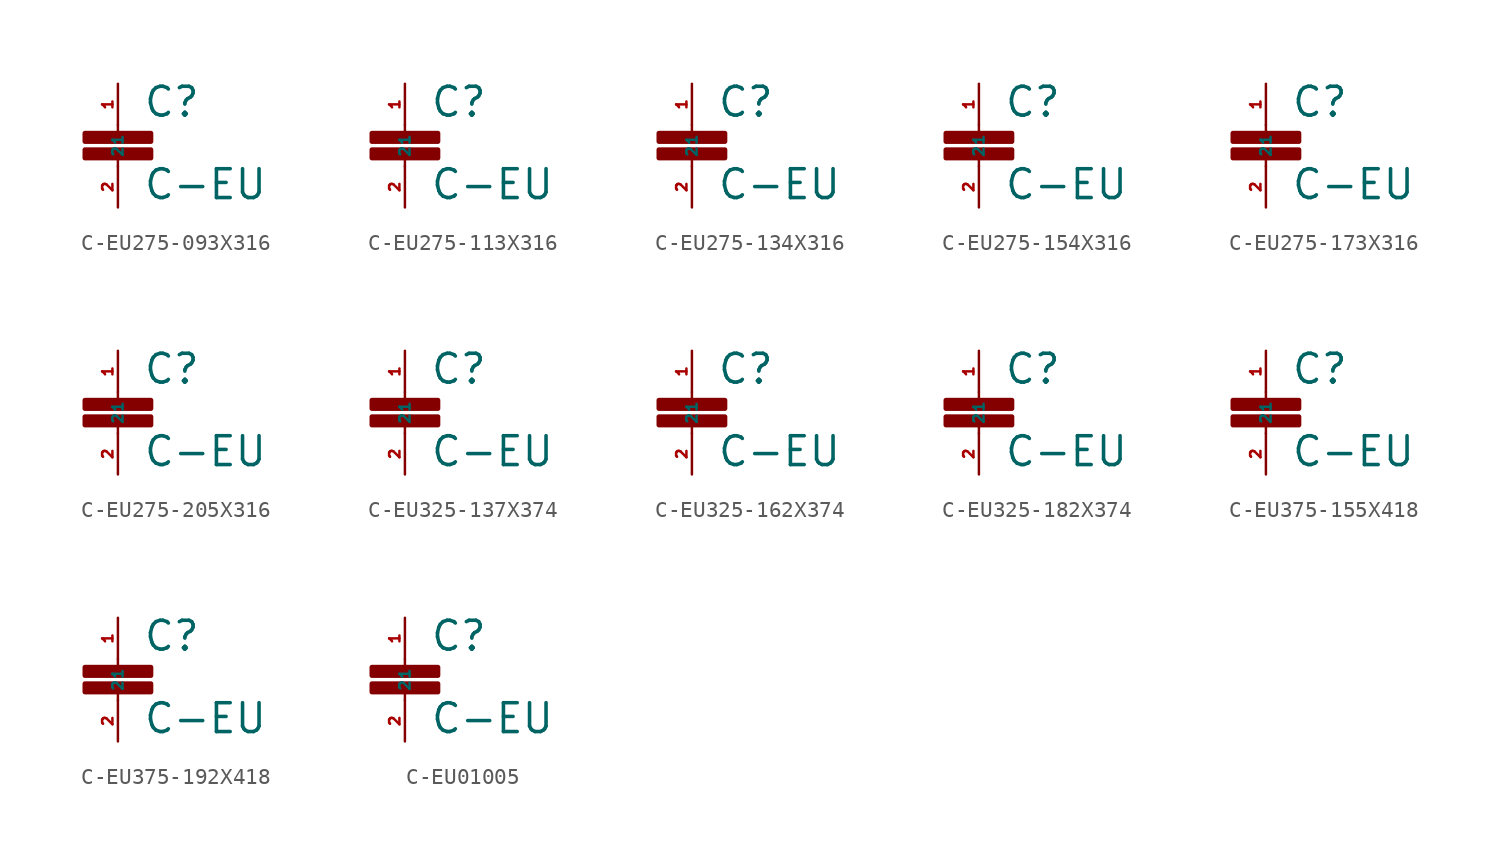
<source format=kicad_sym>
(kicad_symbol_lib
  (version 20220914)
  (generator Eagle2Kicad)
  (symbol "C-EU275-093X316"
    (property "Reference" "C"
      (at 1.524 0.381 0)
      (effects (font (size 1.778 1.778) (thickness 0.22)) (justify left bottom)))
    (property "Value" "C-EU"
      (at 1.524 -4.699 0)
      (effects (font (size 1.778 1.778) (thickness 0.22)) (justify left bottom)))
    (polyline
      (pts (xy 0 0) (xy 0 -0.508))
      (stroke (width 0.152) (type default))
      (fill (type none)))
    (polyline
      (pts (xy 0 -2.54) (xy 0 -2.032))
      (stroke (width 0.152) (type default))
      (fill (type none)))
    (rectangle
      (start -2.032 -2.032)
      (end 2.032 -1.524)
      (stroke (width 0.3) (type default))
      (fill (type outline)))
    (rectangle
      (start -2.032 -1.016)
      (end 2.032 -0.508)
      (stroke (width 0.3) (type default))
      (fill (type outline)))
    (pin passive line
      (at 0 2.54 270)
      (length 2.54)
      (name "1" (effects (font (size 0.635 0.635) (thickness 0.08)) (justify left bottom)))
      (number "1" (effects (font (size 0.635 0.635) (thickness 0.08)) (justify left bottom))))
    (pin passive line
      (at 0 -5.08 90)
      (length 2.54)
      (name "2" (effects (font (size 0.635 0.635) (thickness 0.08)) (justify left bottom)))
      (number "2" (effects (font (size 0.635 0.635) (thickness 0.08)) (justify left bottom)))))
  (symbol "C-EU275-113X316"
    (property "Reference" "C"
      (at 1.524 0.381 0)
      (effects (font (size 1.778 1.778) (thickness 0.22)) (justify left bottom)))
    (property "Value" "C-EU"
      (at 1.524 -4.699 0)
      (effects (font (size 1.778 1.778) (thickness 0.22)) (justify left bottom)))
    (polyline
      (pts (xy 0 0) (xy 0 -0.508))
      (stroke (width 0.152) (type default))
      (fill (type none)))
    (polyline
      (pts (xy 0 -2.54) (xy 0 -2.032))
      (stroke (width 0.152) (type default))
      (fill (type none)))
    (rectangle
      (start -2.032 -2.032)
      (end 2.032 -1.524)
      (stroke (width 0.3) (type default))
      (fill (type outline)))
    (rectangle
      (start -2.032 -1.016)
      (end 2.032 -0.508)
      (stroke (width 0.3) (type default))
      (fill (type outline)))
    (pin passive line
      (at 0 2.54 270)
      (length 2.54)
      (name "1" (effects (font (size 0.635 0.635) (thickness 0.08)) (justify left bottom)))
      (number "1" (effects (font (size 0.635 0.635) (thickness 0.08)) (justify left bottom))))
    (pin passive line
      (at 0 -5.08 90)
      (length 2.54)
      (name "2" (effects (font (size 0.635 0.635) (thickness 0.08)) (justify left bottom)))
      (number "2" (effects (font (size 0.635 0.635) (thickness 0.08)) (justify left bottom)))))
  (symbol "C-EU275-134X316"
    (property "Reference" "C"
      (at 1.524 0.381 0)
      (effects (font (size 1.778 1.778) (thickness 0.22)) (justify left bottom)))
    (property "Value" "C-EU"
      (at 1.524 -4.699 0)
      (effects (font (size 1.778 1.778) (thickness 0.22)) (justify left bottom)))
    (polyline
      (pts (xy 0 0) (xy 0 -0.508))
      (stroke (width 0.152) (type default))
      (fill (type none)))
    (polyline
      (pts (xy 0 -2.54) (xy 0 -2.032))
      (stroke (width 0.152) (type default))
      (fill (type none)))
    (rectangle
      (start -2.032 -2.032)
      (end 2.032 -1.524)
      (stroke (width 0.3) (type default))
      (fill (type outline)))
    (rectangle
      (start -2.032 -1.016)
      (end 2.032 -0.508)
      (stroke (width 0.3) (type default))
      (fill (type outline)))
    (pin passive line
      (at 0 2.54 270)
      (length 2.54)
      (name "1" (effects (font (size 0.635 0.635) (thickness 0.08)) (justify left bottom)))
      (number "1" (effects (font (size 0.635 0.635) (thickness 0.08)) (justify left bottom))))
    (pin passive line
      (at 0 -5.08 90)
      (length 2.54)
      (name "2" (effects (font (size 0.635 0.635) (thickness 0.08)) (justify left bottom)))
      (number "2" (effects (font (size 0.635 0.635) (thickness 0.08)) (justify left bottom)))))
  (symbol "C-EU275-154X316"
    (property "Reference" "C"
      (at 1.524 0.381 0)
      (effects (font (size 1.778 1.778) (thickness 0.22)) (justify left bottom)))
    (property "Value" "C-EU"
      (at 1.524 -4.699 0)
      (effects (font (size 1.778 1.778) (thickness 0.22)) (justify left bottom)))
    (polyline
      (pts (xy 0 0) (xy 0 -0.508))
      (stroke (width 0.152) (type default))
      (fill (type none)))
    (polyline
      (pts (xy 0 -2.54) (xy 0 -2.032))
      (stroke (width 0.152) (type default))
      (fill (type none)))
    (rectangle
      (start -2.032 -2.032)
      (end 2.032 -1.524)
      (stroke (width 0.3) (type default))
      (fill (type outline)))
    (rectangle
      (start -2.032 -1.016)
      (end 2.032 -0.508)
      (stroke (width 0.3) (type default))
      (fill (type outline)))
    (pin passive line
      (at 0 2.54 270)
      (length 2.54)
      (name "1" (effects (font (size 0.635 0.635) (thickness 0.08)) (justify left bottom)))
      (number "1" (effects (font (size 0.635 0.635) (thickness 0.08)) (justify left bottom))))
    (pin passive line
      (at 0 -5.08 90)
      (length 2.54)
      (name "2" (effects (font (size 0.635 0.635) (thickness 0.08)) (justify left bottom)))
      (number "2" (effects (font (size 0.635 0.635) (thickness 0.08)) (justify left bottom)))))
  (symbol "C-EU275-173X316"
    (property "Reference" "C"
      (at 1.524 0.381 0)
      (effects (font (size 1.778 1.778) (thickness 0.22)) (justify left bottom)))
    (property "Value" "C-EU"
      (at 1.524 -4.699 0)
      (effects (font (size 1.778 1.778) (thickness 0.22)) (justify left bottom)))
    (polyline
      (pts (xy 0 0) (xy 0 -0.508))
      (stroke (width 0.152) (type default))
      (fill (type none)))
    (polyline
      (pts (xy 0 -2.54) (xy 0 -2.032))
      (stroke (width 0.152) (type default))
      (fill (type none)))
    (rectangle
      (start -2.032 -2.032)
      (end 2.032 -1.524)
      (stroke (width 0.3) (type default))
      (fill (type outline)))
    (rectangle
      (start -2.032 -1.016)
      (end 2.032 -0.508)
      (stroke (width 0.3) (type default))
      (fill (type outline)))
    (pin passive line
      (at 0 2.54 270)
      (length 2.54)
      (name "1" (effects (font (size 0.635 0.635) (thickness 0.08)) (justify left bottom)))
      (number "1" (effects (font (size 0.635 0.635) (thickness 0.08)) (justify left bottom))))
    (pin passive line
      (at 0 -5.08 90)
      (length 2.54)
      (name "2" (effects (font (size 0.635 0.635) (thickness 0.08)) (justify left bottom)))
      (number "2" (effects (font (size 0.635 0.635) (thickness 0.08)) (justify left bottom)))))
  (symbol "C-EU275-205X316"
    (property "Reference" "C"
      (at 1.524 0.381 0)
      (effects (font (size 1.778 1.778) (thickness 0.22)) (justify left bottom)))
    (property "Value" "C-EU"
      (at 1.524 -4.699 0)
      (effects (font (size 1.778 1.778) (thickness 0.22)) (justify left bottom)))
    (polyline
      (pts (xy 0 0) (xy 0 -0.508))
      (stroke (width 0.152) (type default))
      (fill (type none)))
    (polyline
      (pts (xy 0 -2.54) (xy 0 -2.032))
      (stroke (width 0.152) (type default))
      (fill (type none)))
    (rectangle
      (start -2.032 -2.032)
      (end 2.032 -1.524)
      (stroke (width 0.3) (type default))
      (fill (type outline)))
    (rectangle
      (start -2.032 -1.016)
      (end 2.032 -0.508)
      (stroke (width 0.3) (type default))
      (fill (type outline)))
    (pin passive line
      (at 0 2.54 270)
      (length 2.54)
      (name "1" (effects (font (size 0.635 0.635) (thickness 0.08)) (justify left bottom)))
      (number "1" (effects (font (size 0.635 0.635) (thickness 0.08)) (justify left bottom))))
    (pin passive line
      (at 0 -5.08 90)
      (length 2.54)
      (name "2" (effects (font (size 0.635 0.635) (thickness 0.08)) (justify left bottom)))
      (number "2" (effects (font (size 0.635 0.635) (thickness 0.08)) (justify left bottom)))))
  (symbol "C-EU325-137X374"
    (property "Reference" "C"
      (at 1.524 0.381 0)
      (effects (font (size 1.778 1.778) (thickness 0.22)) (justify left bottom)))
    (property "Value" "C-EU"
      (at 1.524 -4.699 0)
      (effects (font (size 1.778 1.778) (thickness 0.22)) (justify left bottom)))
    (polyline
      (pts (xy 0 0) (xy 0 -0.508))
      (stroke (width 0.152) (type default))
      (fill (type none)))
    (polyline
      (pts (xy 0 -2.54) (xy 0 -2.032))
      (stroke (width 0.152) (type default))
      (fill (type none)))
    (rectangle
      (start -2.032 -2.032)
      (end 2.032 -1.524)
      (stroke (width 0.3) (type default))
      (fill (type outline)))
    (rectangle
      (start -2.032 -1.016)
      (end 2.032 -0.508)
      (stroke (width 0.3) (type default))
      (fill (type outline)))
    (pin passive line
      (at 0 2.54 270)
      (length 2.54)
      (name "1" (effects (font (size 0.635 0.635) (thickness 0.08)) (justify left bottom)))
      (number "1" (effects (font (size 0.635 0.635) (thickness 0.08)) (justify left bottom))))
    (pin passive line
      (at 0 -5.08 90)
      (length 2.54)
      (name "2" (effects (font (size 0.635 0.635) (thickness 0.08)) (justify left bottom)))
      (number "2" (effects (font (size 0.635 0.635) (thickness 0.08)) (justify left bottom)))))
  (symbol "C-EU325-162X374"
    (property "Reference" "C"
      (at 1.524 0.381 0)
      (effects (font (size 1.778 1.778) (thickness 0.22)) (justify left bottom)))
    (property "Value" "C-EU"
      (at 1.524 -4.699 0)
      (effects (font (size 1.778 1.778) (thickness 0.22)) (justify left bottom)))
    (polyline
      (pts (xy 0 0) (xy 0 -0.508))
      (stroke (width 0.152) (type default))
      (fill (type none)))
    (polyline
      (pts (xy 0 -2.54) (xy 0 -2.032))
      (stroke (width 0.152) (type default))
      (fill (type none)))
    (rectangle
      (start -2.032 -2.032)
      (end 2.032 -1.524)
      (stroke (width 0.3) (type default))
      (fill (type outline)))
    (rectangle
      (start -2.032 -1.016)
      (end 2.032 -0.508)
      (stroke (width 0.3) (type default))
      (fill (type outline)))
    (pin passive line
      (at 0 2.54 270)
      (length 2.54)
      (name "1" (effects (font (size 0.635 0.635) (thickness 0.08)) (justify left bottom)))
      (number "1" (effects (font (size 0.635 0.635) (thickness 0.08)) (justify left bottom))))
    (pin passive line
      (at 0 -5.08 90)
      (length 2.54)
      (name "2" (effects (font (size 0.635 0.635) (thickness 0.08)) (justify left bottom)))
      (number "2" (effects (font (size 0.635 0.635) (thickness 0.08)) (justify left bottom)))))
  (symbol "C-EU325-182X374"
    (property "Reference" "C"
      (at 1.524 0.381 0)
      (effects (font (size 1.778 1.778) (thickness 0.22)) (justify left bottom)))
    (property "Value" "C-EU"
      (at 1.524 -4.699 0)
      (effects (font (size 1.778 1.778) (thickness 0.22)) (justify left bottom)))
    (polyline
      (pts (xy 0 0) (xy 0 -0.508))
      (stroke (width 0.152) (type default))
      (fill (type none)))
    (polyline
      (pts (xy 0 -2.54) (xy 0 -2.032))
      (stroke (width 0.152) (type default))
      (fill (type none)))
    (rectangle
      (start -2.032 -2.032)
      (end 2.032 -1.524)
      (stroke (width 0.3) (type default))
      (fill (type outline)))
    (rectangle
      (start -2.032 -1.016)
      (end 2.032 -0.508)
      (stroke (width 0.3) (type default))
      (fill (type outline)))
    (pin passive line
      (at 0 2.54 270)
      (length 2.54)
      (name "1" (effects (font (size 0.635 0.635) (thickness 0.08)) (justify left bottom)))
      (number "1" (effects (font (size 0.635 0.635) (thickness 0.08)) (justify left bottom))))
    (pin passive line
      (at 0 -5.08 90)
      (length 2.54)
      (name "2" (effects (font (size 0.635 0.635) (thickness 0.08)) (justify left bottom)))
      (number "2" (effects (font (size 0.635 0.635) (thickness 0.08)) (justify left bottom)))))
  (symbol "C-EU375-155X418"
    (property "Reference" "C"
      (at 1.524 0.381 0)
      (effects (font (size 1.778 1.778) (thickness 0.22)) (justify left bottom)))
    (property "Value" "C-EU"
      (at 1.524 -4.699 0)
      (effects (font (size 1.778 1.778) (thickness 0.22)) (justify left bottom)))
    (polyline
      (pts (xy 0 0) (xy 0 -0.508))
      (stroke (width 0.152) (type default))
      (fill (type none)))
    (polyline
      (pts (xy 0 -2.54) (xy 0 -2.032))
      (stroke (width 0.152) (type default))
      (fill (type none)))
    (rectangle
      (start -2.032 -2.032)
      (end 2.032 -1.524)
      (stroke (width 0.3) (type default))
      (fill (type outline)))
    (rectangle
      (start -2.032 -1.016)
      (end 2.032 -0.508)
      (stroke (width 0.3) (type default))
      (fill (type outline)))
    (pin passive line
      (at 0 2.54 270)
      (length 2.54)
      (name "1" (effects (font (size 0.635 0.635) (thickness 0.08)) (justify left bottom)))
      (number "1" (effects (font (size 0.635 0.635) (thickness 0.08)) (justify left bottom))))
    (pin passive line
      (at 0 -5.08 90)
      (length 2.54)
      (name "2" (effects (font (size 0.635 0.635) (thickness 0.08)) (justify left bottom)))
      (number "2" (effects (font (size 0.635 0.635) (thickness 0.08)) (justify left bottom)))))
  (symbol "C-EU375-192X418"
    (property "Reference" "C"
      (at 1.524 0.381 0)
      (effects (font (size 1.778 1.778) (thickness 0.22)) (justify left bottom)))
    (property "Value" "C-EU"
      (at 1.524 -4.699 0)
      (effects (font (size 1.778 1.778) (thickness 0.22)) (justify left bottom)))
    (polyline
      (pts (xy 0 0) (xy 0 -0.508))
      (stroke (width 0.152) (type default))
      (fill (type none)))
    (polyline
      (pts (xy 0 -2.54) (xy 0 -2.032))
      (stroke (width 0.152) (type default))
      (fill (type none)))
    (rectangle
      (start -2.032 -2.032)
      (end 2.032 -1.524)
      (stroke (width 0.3) (type default))
      (fill (type outline)))
    (rectangle
      (start -2.032 -1.016)
      (end 2.032 -0.508)
      (stroke (width 0.3) (type default))
      (fill (type outline)))
    (pin passive line
      (at 0 2.54 270)
      (length 2.54)
      (name "1" (effects (font (size 0.635 0.635) (thickness 0.08)) (justify left bottom)))
      (number "1" (effects (font (size 0.635 0.635) (thickness 0.08)) (justify left bottom))))
    (pin passive line
      (at 0 -5.08 90)
      (length 2.54)
      (name "2" (effects (font (size 0.635 0.635) (thickness 0.08)) (justify left bottom)))
      (number "2" (effects (font (size 0.635 0.635) (thickness 0.08)) (justify left bottom)))))
  (symbol "C-EU01005"
    (property "Reference" "C"
      (at 1.524 0.381 0)
      (effects (font (size 1.778 1.778) (thickness 0.22)) (justify left bottom)))
    (property "Value" "C-EU"
      (at 1.524 -4.699 0)
      (effects (font (size 1.778 1.778) (thickness 0.22)) (justify left bottom)))
    (polyline
      (pts (xy 0 0) (xy 0 -0.508))
      (stroke (width 0.152) (type default))
      (fill (type none)))
    (polyline
      (pts (xy 0 -2.54) (xy 0 -2.032))
      (stroke (width 0.152) (type default))
      (fill (type none)))
    (rectangle
      (start -2.032 -2.032)
      (end 2.032 -1.524)
      (stroke (width 0.3) (type default))
      (fill (type outline)))
    (rectangle
      (start -2.032 -1.016)
      (end 2.032 -0.508)
      (stroke (width 0.3) (type default))
      (fill (type outline)))
    (pin passive line
      (at 0 2.54 270)
      (length 2.54)
      (name "1" (effects (font (size 0.635 0.635) (thickness 0.08)) (justify left bottom)))
      (number "1" (effects (font (size 0.635 0.635) (thickness 0.08)) (justify left bottom))))
    (pin passive line
      (at 0 -5.08 90)
      (length 2.54)
      (name "2" (effects (font (size 0.635 0.635) (thickness 0.08)) (justify left bottom)))
      (number "2" (effects (font (size 0.635 0.635) (thickness 0.08)) (justify left bottom))))))
</source>
